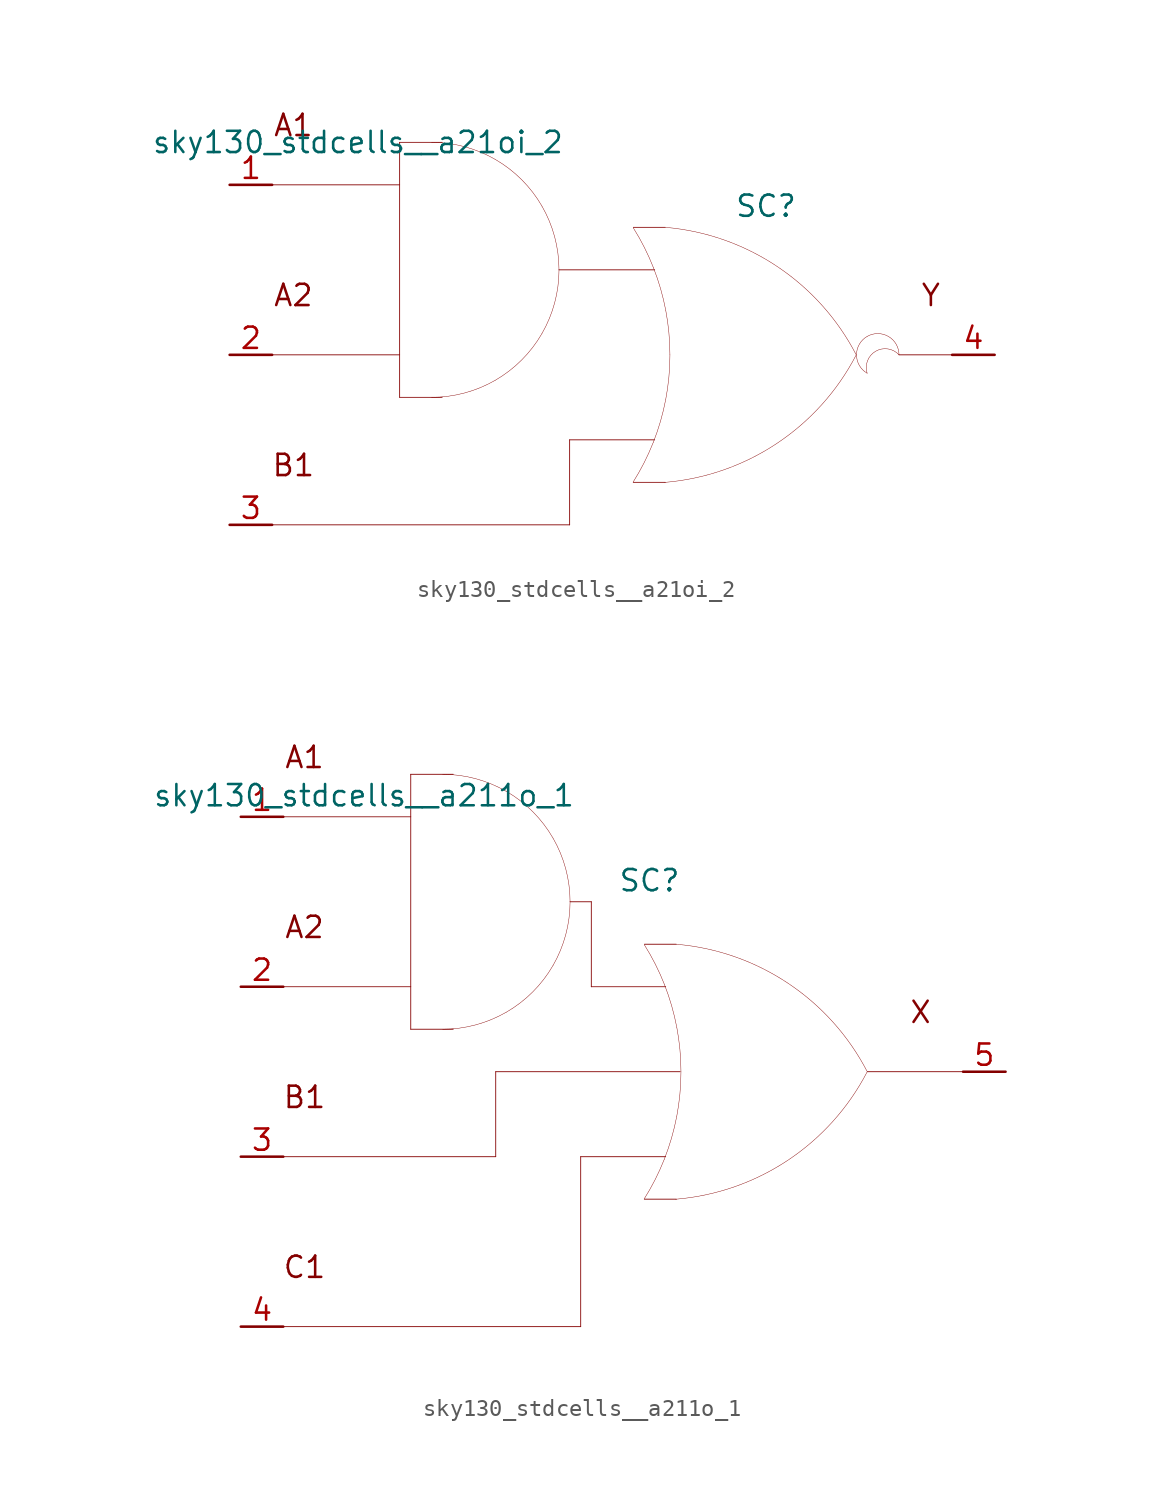
<source format=kicad_sym>
(kicad_symbol_lib
  (version 20211014)
  (generator kicad_symbol_editor)
  (symbol "sky130_stdcells__a21oi_2"
    (pin_names hide)
    (property "Reference" "SC"
      (at 9.195 8.89 0)
      (effects (font (size 1.27 1.27))))
    (property "Value" "sky130_stdcells__a21oi_2"
      (at -2.845 12.7 0)
      (effects (font (size 1.27 1.27)) (justify right)))
    (symbol "sky130_stdcells__a21oi_2_0_0"
      (arc (start -10.795 -2.54) (mid -8.8228 -2.2804) (end -6.985 -1.5191) (stroke (width 0.0254) (type default) (color 0 0 0 0)) (fill (type none)))
      (arc (start -6.985 -1.5191) (mid -5.4069 -0.3081) (end -4.1959 1.27) (stroke (width 0.0254) (type default) (color 0 0 0 0)) (fill (type none)))
      (arc (start -6.985 11.6791) (mid -8.8228 12.4403) (end -10.795 12.7) (stroke (width 0.0254) (type default) (color 0 0 0 0)) (fill (type none)))
      (arc (start -4.1959 1.27) (mid -3.4347 3.1078) (end -3.175 5.08) (stroke (width 0.0254) (type default) (color 0 0 0 0)) (fill (type none)))
      (arc (start -4.1959 8.89) (mid -5.4069 10.4681) (end -6.985 11.6791) (stroke (width 0.0254) (type default) (color 0 0 0 0)) (fill (type none)))
      (arc (start -3.175 5.08) (mid -3.4346 7.0522) (end -4.1959 8.89) (stroke (width 0.0254) (type default) (color 0 0 0 0)) (fill (type none)))
      (polyline (pts (xy -20.32 -10.16) (xy -2.54 -10.16)) (stroke (width 0.051) (type default) (color 0 0 0 0)) (fill (type none)))
      (polyline (pts (xy -20.32 0) (xy -12.7 0)) (stroke (width 0.051) (type default) (color 0 0 0 0)) (fill (type none)))
      (polyline (pts (xy -20.32 10.16) (xy -12.7 10.16)) (stroke (width 0.051) (type default) (color 0 0 0 0)) (fill (type none)))
      (polyline (pts (xy -12.7 -2.54) (xy -10.16 -2.54)) (stroke (width 0.051) (type default) (color 0 0 0 0)) (fill (type none)))
      (polyline (pts (xy -12.7 12.7) (xy -12.7 -2.54)) (stroke (width 0.051) (type default) (color 0 0 0 0)) (fill (type none)))
      (polyline (pts (xy -12.7 12.7) (xy -10.16 12.7)) (stroke (width 0.051) (type default) (color 0 0 0 0)) (fill (type none)))
      (polyline (pts (xy -3.175 5.08) (xy 2.54 5.08)) (stroke (width 0.051) (type default) (color 0 0 0 0)) (fill (type none)))
      (polyline (pts (xy -2.54 -5.08) (xy -2.54 -10.16)) (stroke (width 0.051) (type default) (color 0 0 0 0)) (fill (type none)))
      (polyline (pts (xy -2.54 -5.08) (xy 2.54 -5.08)) (stroke (width 0.051) (type default) (color 0 0 0 0)) (fill (type none)))
      (polyline (pts (xy 1.27 -7.62) (xy 3.175 -7.62)) (stroke (width 0.051) (type default) (color 0 0 0 0)) (fill (type none)))
      (polyline (pts (xy 1.27 7.62) (xy 3.175 7.62)) (stroke (width 0.051) (type default) (color 0 0 0 0)) (fill (type none)))
      (polyline (pts (xy 17.145 0) (xy 20.32 0)) (stroke (width 0.051) (type default) (color 0 0 0 0)) (fill (type none)))
      (arc (start 1.2495 -7.6142) (mid 1.907 -6.458) (end 2.4538 -5.2456) (stroke (width 0.0254) (type default) (color 0 0 0 0)) (fill (type none)))
      (arc (start 2.4538 -5.2456) (mid 2.8887 -3.9755) (end 3.202 -2.6701) (stroke (width 0.0254) (type default) (color 0 0 0 0)) (fill (type none)))
      (arc (start 2.472 5.1993) (mid 1.9238 6.4248) (end 1.2627 7.5932) (stroke (width 0.0254) (type default) (color 0 0 0 0)) (fill (type none)))
      (arc (start 3.1446 -7.6231) (mid 9.8386 -5.2986) (end 14.5755 -0.0284) (stroke (width 0.0254) (type default) (color 0 0 0 0)) (fill (type none)))
      (arc (start 3.202 -2.6701) (mid 3.3912 -1.341) (end 3.4544 0) (stroke (width 0.0254) (type default) (color 0 0 0 0)) (fill (type none)))
      (arc (start 3.2066 2.6456) (mid 2.8989 3.9396) (end 2.472 5.1993) (stroke (width 0.0254) (type default) (color 0 0 0 0)) (fill (type none)))
      (arc (start 3.4544 0) (mid 3.3923 1.3286) (end 3.2066 2.6456) (stroke (width 0.0254) (type default) (color 0 0 0 0)) (fill (type none)))
      (arc (start 14.5983 -0.0156) (mid 9.8798 5.271) (end 3.194 7.6189) (stroke (width 0.0254) (type default) (color 0 0 0 0)) (fill (type none)))
      (arc (start 15.24 1.0999) (mid 14.605 0) (end 15.24 -1.0999) (stroke (width 0.0254) (type default) (color 0 0 0 0)) (fill (type none)))
      (arc (start 17.145 0) (mid 15.2881 0.4743) (end 15.24 -1.0999) (stroke (width 0.0254) (type default) (color 0 0 0 0)) (fill (type none)))
      (arc (start 17.145 0) (mid 16.51 1.0998) (end 15.24 1.0999) (stroke (width 0.0254) (type default) (color 0 0 0 0)) (fill (type none)))
      (text "A1" (at -19.05 13.716 0) (effects (font (size 1.27 1.27))))
      (text "A2" (at -19.05 3.556 0) (effects (font (size 1.27 1.27))))
      (text "B1" (at -19.05 -6.604 0) (effects (font (size 1.27 1.27))))
      (text "Y" (at 19.05 3.556 0) (effects (font (size 1.27 1.27)))))
    (symbol "sky130_stdcells__a21oi_2_1_1"
      (pin input line (at -22.86 10.16 0) (length 2.54) (name "A1" (effects (font (size 1.092 1.092)))) (number "1" (effects (font (size 1.27 1.27)))))
      (pin input line (at -22.86 0 0) (length 2.54) (name "A2" (effects (font (size 1.092 1.092)))) (number "2" (effects (font (size 1.27 1.27)))))
      (pin input line (at -22.86 -10.16 0) (length 2.54) (name "B1" (effects (font (size 1.092 1.092)))) (number "3" (effects (font (size 1.27 1.27)))))
      (pin output line (at 22.86 0 180) (length 2.54) (name "Y" (effects (font (size 1.092 1.092)))) (number "4" (effects (font (size 1.27 1.27)))))))
  (symbol "sky130_stdcells__a211o_1"
    (pin_names hide)
    (property "Reference" "SC"
      (at 1.575 11.43 0)
      (effects (font (size 1.27 1.27))))
    (property "Value" "sky130_stdcells__a211o_1"
      (at -2.845 16.51 0)
      (effects (font (size 1.27 1.27)) (justify right)))
    (symbol "sky130_stdcells__a211o_1_0_0"
      (arc (start -10.795 2.54) (mid -8.8228 2.7996) (end -6.985 3.5609) (stroke (width 0.0254) (type default) (color 0 0 0 0)) (fill (type none)))
      (arc (start -6.985 3.5609) (mid -5.4069 4.7719) (end -4.1959 6.35) (stroke (width 0.0254) (type default) (color 0 0 0 0)) (fill (type none)))
      (arc (start -6.985 16.7591) (mid -8.8228 17.5203) (end -10.795 17.78) (stroke (width 0.0254) (type default) (color 0 0 0 0)) (fill (type none)))
      (arc (start -4.1959 6.35) (mid -3.4347 8.1878) (end -3.175 10.16) (stroke (width 0.0254) (type default) (color 0 0 0 0)) (fill (type none)))
      (arc (start -4.1959 13.97) (mid -5.4069 15.5481) (end -6.985 16.7591) (stroke (width 0.0254) (type default) (color 0 0 0 0)) (fill (type none)))
      (arc (start -3.175 10.16) (mid -3.4346 12.1322) (end -4.1959 13.97) (stroke (width 0.0254) (type default) (color 0 0 0 0)) (fill (type none)))
      (polyline (pts (xy -20.32 -15.24) (xy -2.54 -15.24)) (stroke (width 0.051) (type default) (color 0 0 0 0)) (fill (type none)))
      (polyline (pts (xy -20.32 -5.08) (xy -7.62 -5.08)) (stroke (width 0.051) (type default) (color 0 0 0 0)) (fill (type none)))
      (polyline (pts (xy -20.32 5.08) (xy -12.7 5.08)) (stroke (width 0.051) (type default) (color 0 0 0 0)) (fill (type none)))
      (polyline (pts (xy -20.32 15.24) (xy -12.7 15.24)) (stroke (width 0.051) (type default) (color 0 0 0 0)) (fill (type none)))
      (polyline (pts (xy -12.7 2.54) (xy -10.16 2.54)) (stroke (width 0.051) (type default) (color 0 0 0 0)) (fill (type none)))
      (polyline (pts (xy -12.7 17.78) (xy -12.7 2.54)) (stroke (width 0.051) (type default) (color 0 0 0 0)) (fill (type none)))
      (polyline (pts (xy -12.7 17.78) (xy -10.16 17.78)) (stroke (width 0.051) (type default) (color 0 0 0 0)) (fill (type none)))
      (polyline (pts (xy -7.62 0) (xy -7.62 -5.08)) (stroke (width 0.051) (type default) (color 0 0 0 0)) (fill (type none)))
      (polyline (pts (xy -7.62 0) (xy 3.404 0)) (stroke (width 0.051) (type default) (color 0 0 0 0)) (fill (type none)))
      (polyline (pts (xy -3.175 10.16) (xy -1.905 10.16)) (stroke (width 0.051) (type default) (color 0 0 0 0)) (fill (type none)))
      (polyline (pts (xy -2.54 -5.08) (xy -2.54 -15.24)) (stroke (width 0.051) (type default) (color 0 0 0 0)) (fill (type none)))
      (polyline (pts (xy -2.54 -5.08) (xy 2.54 -5.08)) (stroke (width 0.051) (type default) (color 0 0 0 0)) (fill (type none)))
      (polyline (pts (xy -1.905 5.08) (xy 2.54 5.08)) (stroke (width 0.051) (type default) (color 0 0 0 0)) (fill (type none)))
      (polyline (pts (xy -1.905 10.16) (xy -1.905 5.08)) (stroke (width 0.051) (type default) (color 0 0 0 0)) (fill (type none)))
      (polyline (pts (xy 1.27 -7.62) (xy 3.175 -7.62)) (stroke (width 0.051) (type default) (color 0 0 0 0)) (fill (type none)))
      (polyline (pts (xy 1.27 7.62) (xy 3.175 7.62)) (stroke (width 0.051) (type default) (color 0 0 0 0)) (fill (type none)))
      (polyline (pts (xy 14.605 0) (xy 20.32 0)) (stroke (width 0.051) (type default) (color 0 0 0 0)) (fill (type none)))
      (arc (start 1.2495 -7.6142) (mid 1.907 -6.458) (end 2.4538 -5.2456) (stroke (width 0.0254) (type default) (color 0 0 0 0)) (fill (type none)))
      (arc (start 2.4538 -5.2456) (mid 2.8887 -3.9755) (end 3.202 -2.6701) (stroke (width 0.0254) (type default) (color 0 0 0 0)) (fill (type none)))
      (arc (start 2.472 5.1993) (mid 1.9238 6.4248) (end 1.2627 7.5932) (stroke (width 0.0254) (type default) (color 0 0 0 0)) (fill (type none)))
      (arc (start 3.1446 -7.6231) (mid 9.8386 -5.2986) (end 14.5755 -0.0284) (stroke (width 0.0254) (type default) (color 0 0 0 0)) (fill (type none)))
      (arc (start 3.202 -2.6701) (mid 3.3912 -1.341) (end 3.4544 0) (stroke (width 0.0254) (type default) (color 0 0 0 0)) (fill (type none)))
      (arc (start 3.2066 2.6456) (mid 2.8989 3.9396) (end 2.472 5.1993) (stroke (width 0.0254) (type default) (color 0 0 0 0)) (fill (type none)))
      (arc (start 3.4544 0) (mid 3.3923 1.3286) (end 3.2066 2.6456) (stroke (width 0.0254) (type default) (color 0 0 0 0)) (fill (type none)))
      (arc (start 14.5983 -0.0156) (mid 9.8798 5.271) (end 3.194 7.6189) (stroke (width 0.0254) (type default) (color 0 0 0 0)) (fill (type none)))
      (text "A1" (at -19.05 18.796 0) (effects (font (size 1.27 1.27))))
      (text "A2" (at -19.05 8.636 0) (effects (font (size 1.27 1.27))))
      (text "B1" (at -19.05 -1.524 0) (effects (font (size 1.27 1.27))))
      (text "C1" (at -19.05 -11.684 0) (effects (font (size 1.27 1.27))))
      (text "X" (at 17.78 3.556 0) (effects (font (size 1.27 1.27)))))
    (symbol "sky130_stdcells__a211o_1_1_1"
      (pin input line (at -22.86 15.24 0) (length 2.54) (name "A1" (effects (font (size 1.092 1.092)))) (number "1" (effects (font (size 1.27 1.27)))))
      (pin input line (at -22.86 5.08 0) (length 2.54) (name "A2" (effects (font (size 1.092 1.092)))) (number "2" (effects (font (size 1.27 1.27)))))
      (pin input line (at -22.86 -5.08 0) (length 2.54) (name "B1" (effects (font (size 1.092 1.092)))) (number "3" (effects (font (size 1.27 1.27)))))
      (pin input line (at -22.86 -15.24 0) (length 2.54) (name "C1" (effects (font (size 1.092 1.092)))) (number "4" (effects (font (size 1.27 1.27)))))
      (pin output line (at 22.86 0 180) (length 2.54) (name "X" (effects (font (size 1.092 1.092)))) (number "5" (effects (font (size 1.27 1.27))))))))
</source>
